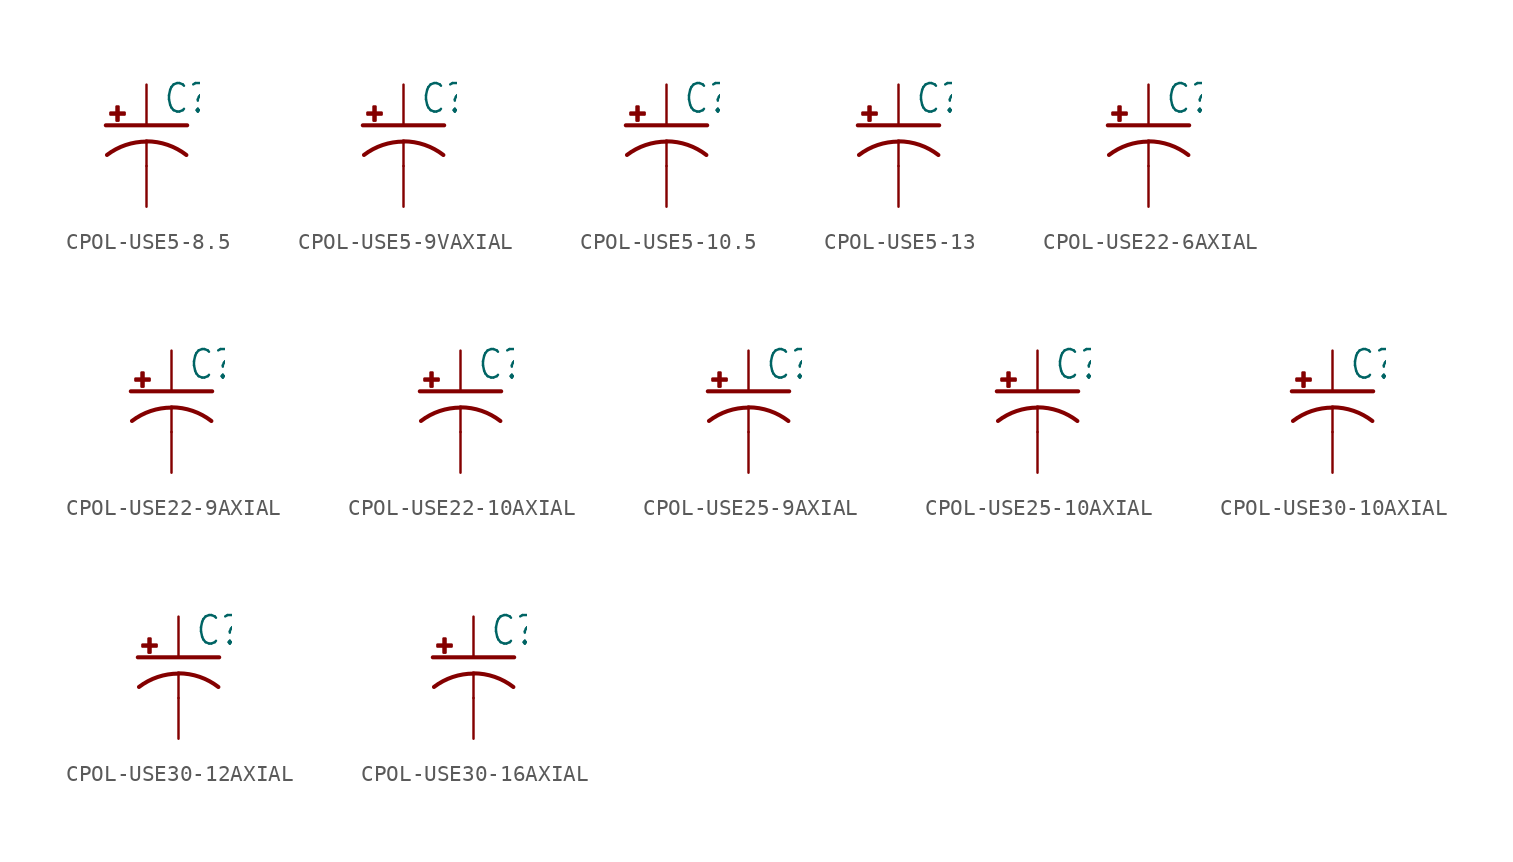
<source format=kicad_sym>
(kicad_symbol_lib
  (version 20231120)
  (generator "kicad_symbol_editor")
  (generator_version "8.0")
  (symbol "CPOL-USE5-8.5"
    (property "Reference" "C"
      (at 1.016 0.635 0)
      (effects (font (size 1.778 1.511)) (justify left bottom)))
    (property "Value" ""
      (at 1.016 -4.191 0)
      (effects (font (size 1.778 1.511)) (justify left bottom)))
    (property "ki_locked" ""
      (at 0 0 0)
      (effects (font (size 1.27 1.27))))
    (symbol "CPOL-USE5-8.5_1_0"
      (rectangle (start -2.253 0.668) (end -1.364 0.795) (stroke (width 0) (type default)) (fill (type outline)))
      (rectangle (start -1.872 0.287) (end -1.745 1.176) (stroke (width 0) (type default)) (fill (type outline)))
      (arc (start 0 -1.0161) (mid -1.3021 -1.2303) (end -2.4669 -1.8504) (stroke (width 0.254) (type solid)) (fill (type none)))
      (polyline (pts (xy -2.54 0) (xy 2.54 0)) (stroke (width 0.254) (type solid)) (fill (type none)))
      (polyline (pts (xy 0 -1.016) (xy 0 -2.54)) (stroke (width 0.152) (type solid)) (fill (type none)))
      (arc (start 2.4892 -1.8541) (mid 1.3158 -1.2194) (end 0 -1) (stroke (width 0.254) (type solid)) (fill (type none)))
      (pin passive line (at 0 2.54 270) (length 2.54) (name "+" (effects (font (size 0 0)))) (number "+" (effects (font (size 0 0)))))
      (pin passive line (at 0 -5.08 90) (length 2.54) (name "-" (effects (font (size 0 0)))) (number "-" (effects (font (size 0 0)))))))
  (symbol "CPOL-USE5-9VAXIAL"
    (property "Reference" "C"
      (at 1.016 0.635 0)
      (effects (font (size 1.778 1.511)) (justify left bottom)))
    (property "Value" ""
      (at 1.016 -4.191 0)
      (effects (font (size 1.778 1.511)) (justify left bottom)))
    (property "ki_locked" ""
      (at 0 0 0)
      (effects (font (size 1.27 1.27))))
    (symbol "CPOL-USE5-9VAXIAL_1_0"
      (rectangle (start -2.253 0.668) (end -1.364 0.795) (stroke (width 0) (type default)) (fill (type outline)))
      (rectangle (start -1.872 0.287) (end -1.745 1.176) (stroke (width 0) (type default)) (fill (type outline)))
      (arc (start 0 -1.0161) (mid -1.3021 -1.2303) (end -2.4669 -1.8504) (stroke (width 0.254) (type solid)) (fill (type none)))
      (polyline (pts (xy -2.54 0) (xy 2.54 0)) (stroke (width 0.254) (type solid)) (fill (type none)))
      (polyline (pts (xy 0 -1.016) (xy 0 -2.54)) (stroke (width 0.152) (type solid)) (fill (type none)))
      (arc (start 2.4892 -1.8541) (mid 1.3158 -1.2194) (end 0 -1) (stroke (width 0.254) (type solid)) (fill (type none)))
      (pin passive line (at 0 2.54 270) (length 2.54) (name "+" (effects (font (size 0 0)))) (number "+" (effects (font (size 0 0)))))
      (pin passive line (at 0 -5.08 90) (length 2.54) (name "-" (effects (font (size 0 0)))) (number "-" (effects (font (size 0 0)))))))
  (symbol "CPOL-USE5-10.5"
    (property "Reference" "C"
      (at 1.016 0.635 0)
      (effects (font (size 1.778 1.511)) (justify left bottom)))
    (property "Value" ""
      (at 1.016 -4.191 0)
      (effects (font (size 1.778 1.511)) (justify left bottom)))
    (property "ki_locked" ""
      (at 0 0 0)
      (effects (font (size 1.27 1.27))))
    (symbol "CPOL-USE5-10.5_1_0"
      (rectangle (start -2.253 0.668) (end -1.364 0.795) (stroke (width 0) (type default)) (fill (type outline)))
      (rectangle (start -1.872 0.287) (end -1.745 1.176) (stroke (width 0) (type default)) (fill (type outline)))
      (arc (start 0 -1.0161) (mid -1.3021 -1.2303) (end -2.4669 -1.8504) (stroke (width 0.254) (type solid)) (fill (type none)))
      (polyline (pts (xy -2.54 0) (xy 2.54 0)) (stroke (width 0.254) (type solid)) (fill (type none)))
      (polyline (pts (xy 0 -1.016) (xy 0 -2.54)) (stroke (width 0.152) (type solid)) (fill (type none)))
      (arc (start 2.4892 -1.8541) (mid 1.3158 -1.2194) (end 0 -1) (stroke (width 0.254) (type solid)) (fill (type none)))
      (pin passive line (at 0 2.54 270) (length 2.54) (name "+" (effects (font (size 0 0)))) (number "+" (effects (font (size 0 0)))))
      (pin passive line (at 0 -5.08 90) (length 2.54) (name "-" (effects (font (size 0 0)))) (number "-" (effects (font (size 0 0)))))))
  (symbol "CPOL-USE5-13"
    (property "Reference" "C"
      (at 1.016 0.635 0)
      (effects (font (size 1.778 1.511)) (justify left bottom)))
    (property "Value" ""
      (at 1.016 -4.191 0)
      (effects (font (size 1.778 1.511)) (justify left bottom)))
    (property "ki_locked" ""
      (at 0 0 0)
      (effects (font (size 1.27 1.27))))
    (symbol "CPOL-USE5-13_1_0"
      (rectangle (start -2.253 0.668) (end -1.364 0.795) (stroke (width 0) (type default)) (fill (type outline)))
      (rectangle (start -1.872 0.287) (end -1.745 1.176) (stroke (width 0) (type default)) (fill (type outline)))
      (arc (start 0 -1.0161) (mid -1.3021 -1.2303) (end -2.4669 -1.8504) (stroke (width 0.254) (type solid)) (fill (type none)))
      (polyline (pts (xy -2.54 0) (xy 2.54 0)) (stroke (width 0.254) (type solid)) (fill (type none)))
      (polyline (pts (xy 0 -1.016) (xy 0 -2.54)) (stroke (width 0.152) (type solid)) (fill (type none)))
      (arc (start 2.4892 -1.8541) (mid 1.3158 -1.2194) (end 0 -1) (stroke (width 0.254) (type solid)) (fill (type none)))
      (pin passive line (at 0 2.54 270) (length 2.54) (name "+" (effects (font (size 0 0)))) (number "+" (effects (font (size 0 0)))))
      (pin passive line (at 0 -5.08 90) (length 2.54) (name "-" (effects (font (size 0 0)))) (number "-" (effects (font (size 0 0)))))))
  (symbol "CPOL-USE22-6AXIAL"
    (property "Reference" "C"
      (at 1.016 0.635 0)
      (effects (font (size 1.778 1.511)) (justify left bottom)))
    (property "Value" ""
      (at 1.016 -4.191 0)
      (effects (font (size 1.778 1.511)) (justify left bottom)))
    (property "ki_locked" ""
      (at 0 0 0)
      (effects (font (size 1.27 1.27))))
    (symbol "CPOL-USE22-6AXIAL_1_0"
      (rectangle (start -2.253 0.668) (end -1.364 0.795) (stroke (width 0) (type default)) (fill (type outline)))
      (rectangle (start -1.872 0.287) (end -1.745 1.176) (stroke (width 0) (type default)) (fill (type outline)))
      (arc (start 0 -1.0161) (mid -1.3021 -1.2303) (end -2.4669 -1.8504) (stroke (width 0.254) (type solid)) (fill (type none)))
      (polyline (pts (xy -2.54 0) (xy 2.54 0)) (stroke (width 0.254) (type solid)) (fill (type none)))
      (polyline (pts (xy 0 -1.016) (xy 0 -2.54)) (stroke (width 0.152) (type solid)) (fill (type none)))
      (arc (start 2.4892 -1.8541) (mid 1.3158 -1.2194) (end 0 -1) (stroke (width 0.254) (type solid)) (fill (type none)))
      (pin passive line (at 0 2.54 270) (length 2.54) (name "+" (effects (font (size 0 0)))) (number "+" (effects (font (size 0 0)))))
      (pin passive line (at 0 -5.08 90) (length 2.54) (name "-" (effects (font (size 0 0)))) (number "-" (effects (font (size 0 0)))))))
  (symbol "CPOL-USE22-9AXIAL"
    (property "Reference" "C"
      (at 1.016 0.635 0)
      (effects (font (size 1.778 1.511)) (justify left bottom)))
    (property "Value" ""
      (at 1.016 -4.191 0)
      (effects (font (size 1.778 1.511)) (justify left bottom)))
    (property "ki_locked" ""
      (at 0 0 0)
      (effects (font (size 1.27 1.27))))
    (symbol "CPOL-USE22-9AXIAL_1_0"
      (rectangle (start -2.253 0.668) (end -1.364 0.795) (stroke (width 0) (type default)) (fill (type outline)))
      (rectangle (start -1.872 0.287) (end -1.745 1.176) (stroke (width 0) (type default)) (fill (type outline)))
      (arc (start 0 -1.0161) (mid -1.3021 -1.2303) (end -2.4669 -1.8504) (stroke (width 0.254) (type solid)) (fill (type none)))
      (polyline (pts (xy -2.54 0) (xy 2.54 0)) (stroke (width 0.254) (type solid)) (fill (type none)))
      (polyline (pts (xy 0 -1.016) (xy 0 -2.54)) (stroke (width 0.152) (type solid)) (fill (type none)))
      (arc (start 2.4892 -1.8541) (mid 1.3158 -1.2194) (end 0 -1) (stroke (width 0.254) (type solid)) (fill (type none)))
      (pin passive line (at 0 2.54 270) (length 2.54) (name "+" (effects (font (size 0 0)))) (number "+" (effects (font (size 0 0)))))
      (pin passive line (at 0 -5.08 90) (length 2.54) (name "-" (effects (font (size 0 0)))) (number "-" (effects (font (size 0 0)))))))
  (symbol "CPOL-USE22-10AXIAL"
    (property "Reference" "C"
      (at 1.016 0.635 0)
      (effects (font (size 1.778 1.511)) (justify left bottom)))
    (property "Value" ""
      (at 1.016 -4.191 0)
      (effects (font (size 1.778 1.511)) (justify left bottom)))
    (property "ki_locked" ""
      (at 0 0 0)
      (effects (font (size 1.27 1.27))))
    (symbol "CPOL-USE22-10AXIAL_1_0"
      (rectangle (start -2.253 0.668) (end -1.364 0.795) (stroke (width 0) (type default)) (fill (type outline)))
      (rectangle (start -1.872 0.287) (end -1.745 1.176) (stroke (width 0) (type default)) (fill (type outline)))
      (arc (start 0 -1.0161) (mid -1.3021 -1.2303) (end -2.4669 -1.8504) (stroke (width 0.254) (type solid)) (fill (type none)))
      (polyline (pts (xy -2.54 0) (xy 2.54 0)) (stroke (width 0.254) (type solid)) (fill (type none)))
      (polyline (pts (xy 0 -1.016) (xy 0 -2.54)) (stroke (width 0.152) (type solid)) (fill (type none)))
      (arc (start 2.4892 -1.8541) (mid 1.3158 -1.2194) (end 0 -1) (stroke (width 0.254) (type solid)) (fill (type none)))
      (pin passive line (at 0 2.54 270) (length 2.54) (name "+" (effects (font (size 0 0)))) (number "+" (effects (font (size 0 0)))))
      (pin passive line (at 0 -5.08 90) (length 2.54) (name "-" (effects (font (size 0 0)))) (number "-" (effects (font (size 0 0)))))))
  (symbol "CPOL-USE25-9AXIAL"
    (property "Reference" "C"
      (at 1.016 0.635 0)
      (effects (font (size 1.778 1.511)) (justify left bottom)))
    (property "Value" ""
      (at 1.016 -4.191 0)
      (effects (font (size 1.778 1.511)) (justify left bottom)))
    (property "ki_locked" ""
      (at 0 0 0)
      (effects (font (size 1.27 1.27))))
    (symbol "CPOL-USE25-9AXIAL_1_0"
      (rectangle (start -2.253 0.668) (end -1.364 0.795) (stroke (width 0) (type default)) (fill (type outline)))
      (rectangle (start -1.872 0.287) (end -1.745 1.176) (stroke (width 0) (type default)) (fill (type outline)))
      (arc (start 0 -1.0161) (mid -1.3021 -1.2303) (end -2.4669 -1.8504) (stroke (width 0.254) (type solid)) (fill (type none)))
      (polyline (pts (xy -2.54 0) (xy 2.54 0)) (stroke (width 0.254) (type solid)) (fill (type none)))
      (polyline (pts (xy 0 -1.016) (xy 0 -2.54)) (stroke (width 0.152) (type solid)) (fill (type none)))
      (arc (start 2.4892 -1.8541) (mid 1.3158 -1.2194) (end 0 -1) (stroke (width 0.254) (type solid)) (fill (type none)))
      (pin passive line (at 0 2.54 270) (length 2.54) (name "+" (effects (font (size 0 0)))) (number "+" (effects (font (size 0 0)))))
      (pin passive line (at 0 -5.08 90) (length 2.54) (name "-" (effects (font (size 0 0)))) (number "-" (effects (font (size 0 0)))))))
  (symbol "CPOL-USE25-10AXIAL"
    (property "Reference" "C"
      (at 1.016 0.635 0)
      (effects (font (size 1.778 1.511)) (justify left bottom)))
    (property "Value" ""
      (at 1.016 -4.191 0)
      (effects (font (size 1.778 1.511)) (justify left bottom)))
    (property "ki_locked" ""
      (at 0 0 0)
      (effects (font (size 1.27 1.27))))
    (symbol "CPOL-USE25-10AXIAL_1_0"
      (rectangle (start -2.253 0.668) (end -1.364 0.795) (stroke (width 0) (type default)) (fill (type outline)))
      (rectangle (start -1.872 0.287) (end -1.745 1.176) (stroke (width 0) (type default)) (fill (type outline)))
      (arc (start 0 -1.0161) (mid -1.3021 -1.2303) (end -2.4669 -1.8504) (stroke (width 0.254) (type solid)) (fill (type none)))
      (polyline (pts (xy -2.54 0) (xy 2.54 0)) (stroke (width 0.254) (type solid)) (fill (type none)))
      (polyline (pts (xy 0 -1.016) (xy 0 -2.54)) (stroke (width 0.152) (type solid)) (fill (type none)))
      (arc (start 2.4892 -1.8541) (mid 1.3158 -1.2194) (end 0 -1) (stroke (width 0.254) (type solid)) (fill (type none)))
      (pin passive line (at 0 2.54 270) (length 2.54) (name "+" (effects (font (size 0 0)))) (number "+" (effects (font (size 0 0)))))
      (pin passive line (at 0 -5.08 90) (length 2.54) (name "-" (effects (font (size 0 0)))) (number "-" (effects (font (size 0 0)))))))
  (symbol "CPOL-USE30-10AXIAL"
    (property "Reference" "C"
      (at 1.016 0.635 0)
      (effects (font (size 1.778 1.511)) (justify left bottom)))
    (property "Value" ""
      (at 1.016 -4.191 0)
      (effects (font (size 1.778 1.511)) (justify left bottom)))
    (property "ki_locked" ""
      (at 0 0 0)
      (effects (font (size 1.27 1.27))))
    (symbol "CPOL-USE30-10AXIAL_1_0"
      (rectangle (start -2.253 0.668) (end -1.364 0.795) (stroke (width 0) (type default)) (fill (type outline)))
      (rectangle (start -1.872 0.287) (end -1.745 1.176) (stroke (width 0) (type default)) (fill (type outline)))
      (arc (start 0 -1.0161) (mid -1.3021 -1.2303) (end -2.4669 -1.8504) (stroke (width 0.254) (type solid)) (fill (type none)))
      (polyline (pts (xy -2.54 0) (xy 2.54 0)) (stroke (width 0.254) (type solid)) (fill (type none)))
      (polyline (pts (xy 0 -1.016) (xy 0 -2.54)) (stroke (width 0.152) (type solid)) (fill (type none)))
      (arc (start 2.4892 -1.8541) (mid 1.3158 -1.2194) (end 0 -1) (stroke (width 0.254) (type solid)) (fill (type none)))
      (pin passive line (at 0 2.54 270) (length 2.54) (name "+" (effects (font (size 0 0)))) (number "+" (effects (font (size 0 0)))))
      (pin passive line (at 0 -5.08 90) (length 2.54) (name "-" (effects (font (size 0 0)))) (number "-" (effects (font (size 0 0)))))))
  (symbol "CPOL-USE30-12AXIAL"
    (property "Reference" "C"
      (at 1.016 0.635 0)
      (effects (font (size 1.778 1.511)) (justify left bottom)))
    (property "Value" ""
      (at 1.016 -4.191 0)
      (effects (font (size 1.778 1.511)) (justify left bottom)))
    (property "ki_locked" ""
      (at 0 0 0)
      (effects (font (size 1.27 1.27))))
    (symbol "CPOL-USE30-12AXIAL_1_0"
      (rectangle (start -2.253 0.668) (end -1.364 0.795) (stroke (width 0) (type default)) (fill (type outline)))
      (rectangle (start -1.872 0.287) (end -1.745 1.176) (stroke (width 0) (type default)) (fill (type outline)))
      (arc (start 0 -1.0161) (mid -1.3021 -1.2303) (end -2.4669 -1.8504) (stroke (width 0.254) (type solid)) (fill (type none)))
      (polyline (pts (xy -2.54 0) (xy 2.54 0)) (stroke (width 0.254) (type solid)) (fill (type none)))
      (polyline (pts (xy 0 -1.016) (xy 0 -2.54)) (stroke (width 0.152) (type solid)) (fill (type none)))
      (arc (start 2.4892 -1.8541) (mid 1.3158 -1.2194) (end 0 -1) (stroke (width 0.254) (type solid)) (fill (type none)))
      (pin passive line (at 0 2.54 270) (length 2.54) (name "+" (effects (font (size 0 0)))) (number "+" (effects (font (size 0 0)))))
      (pin passive line (at 0 -5.08 90) (length 2.54) (name "-" (effects (font (size 0 0)))) (number "-" (effects (font (size 0 0)))))))
  (symbol "CPOL-USE30-16AXIAL"
    (property "Reference" "C"
      (at 1.016 0.635 0)
      (effects (font (size 1.778 1.511)) (justify left bottom)))
    (property "Value" ""
      (at 1.016 -4.191 0)
      (effects (font (size 1.778 1.511)) (justify left bottom)))
    (property "ki_locked" ""
      (at 0 0 0)
      (effects (font (size 1.27 1.27))))
    (symbol "CPOL-USE30-16AXIAL_1_0"
      (rectangle (start -2.253 0.668) (end -1.364 0.795) (stroke (width 0) (type default)) (fill (type outline)))
      (rectangle (start -1.872 0.287) (end -1.745 1.176) (stroke (width 0) (type default)) (fill (type outline)))
      (arc (start 0 -1.0161) (mid -1.3021 -1.2303) (end -2.4669 -1.8504) (stroke (width 0.254) (type solid)) (fill (type none)))
      (polyline (pts (xy -2.54 0) (xy 2.54 0)) (stroke (width 0.254) (type solid)) (fill (type none)))
      (polyline (pts (xy 0 -1.016) (xy 0 -2.54)) (stroke (width 0.152) (type solid)) (fill (type none)))
      (arc (start 2.4892 -1.8541) (mid 1.3158 -1.2194) (end 0 -1) (stroke (width 0.254) (type solid)) (fill (type none)))
      (pin passive line (at 0 2.54 270) (length 2.54) (name "+" (effects (font (size 0 0)))) (number "+" (effects (font (size 0 0)))))
      (pin passive line (at 0 -5.08 90) (length 2.54) (name "-" (effects (font (size 0 0)))) (number "-" (effects (font (size 0 0))))))))
</source>
